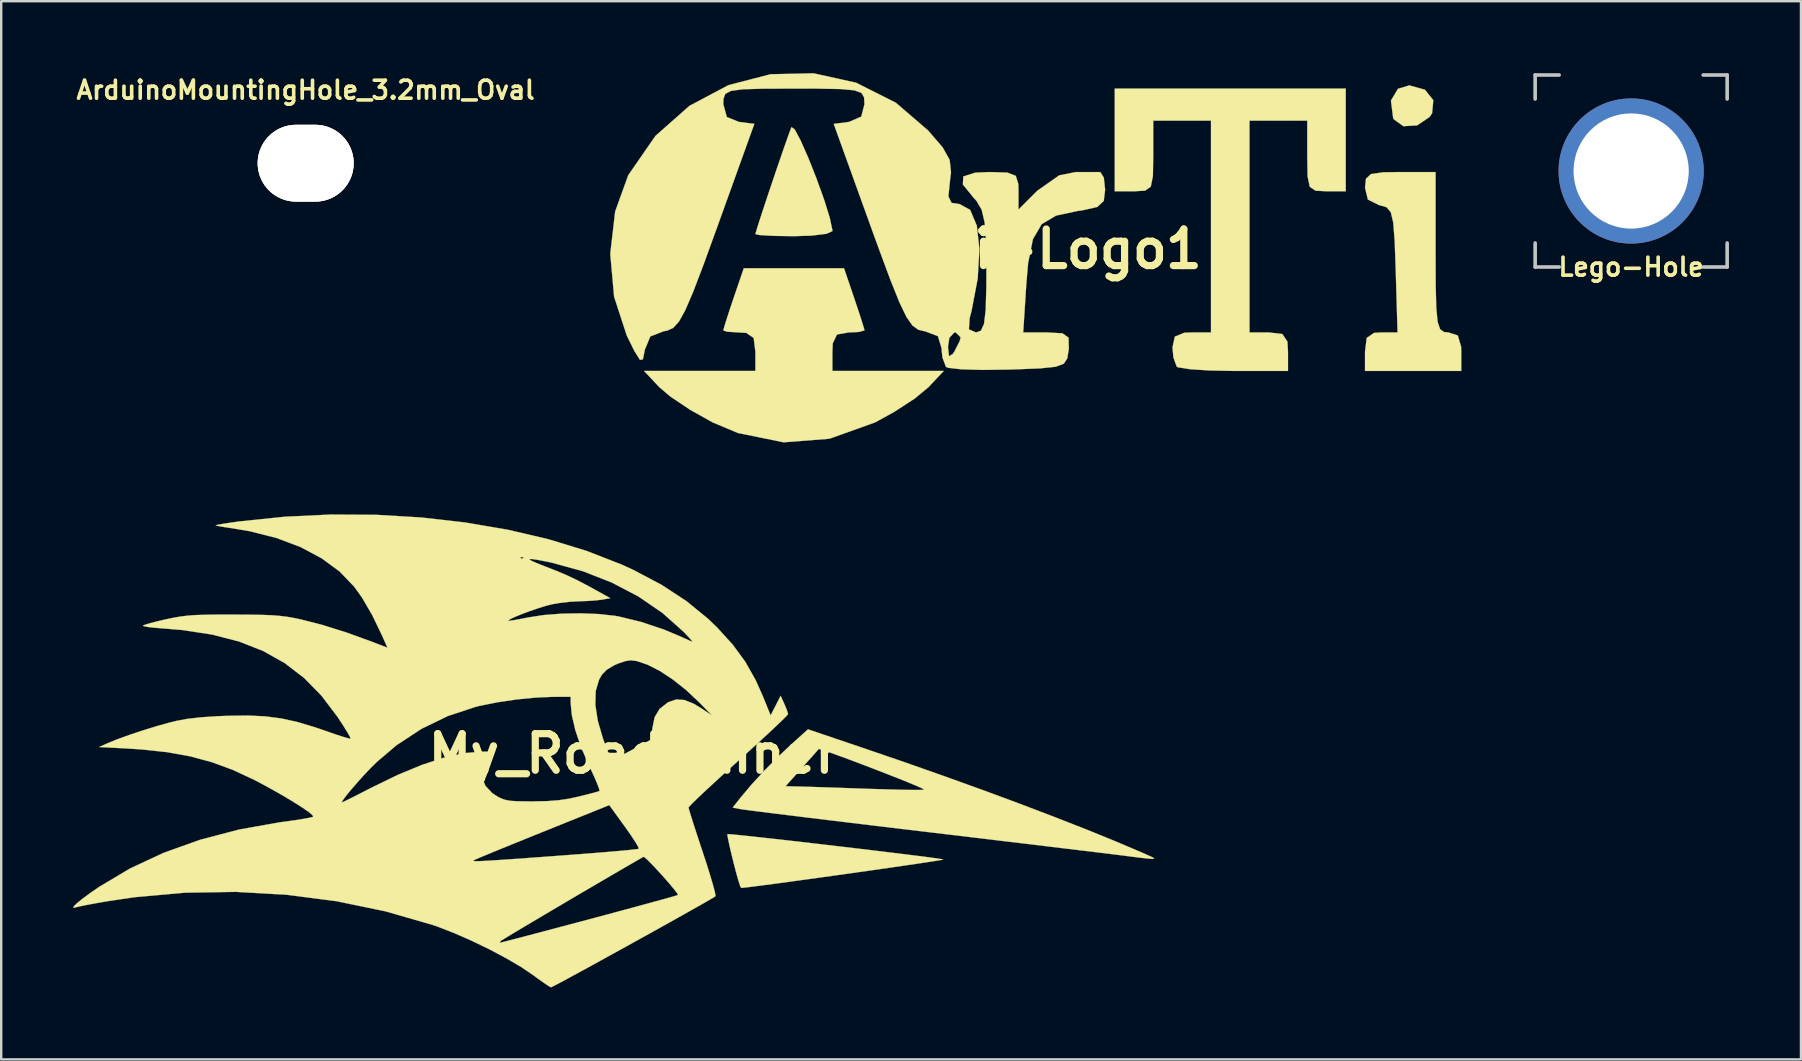
<source format=kicad_pcb>
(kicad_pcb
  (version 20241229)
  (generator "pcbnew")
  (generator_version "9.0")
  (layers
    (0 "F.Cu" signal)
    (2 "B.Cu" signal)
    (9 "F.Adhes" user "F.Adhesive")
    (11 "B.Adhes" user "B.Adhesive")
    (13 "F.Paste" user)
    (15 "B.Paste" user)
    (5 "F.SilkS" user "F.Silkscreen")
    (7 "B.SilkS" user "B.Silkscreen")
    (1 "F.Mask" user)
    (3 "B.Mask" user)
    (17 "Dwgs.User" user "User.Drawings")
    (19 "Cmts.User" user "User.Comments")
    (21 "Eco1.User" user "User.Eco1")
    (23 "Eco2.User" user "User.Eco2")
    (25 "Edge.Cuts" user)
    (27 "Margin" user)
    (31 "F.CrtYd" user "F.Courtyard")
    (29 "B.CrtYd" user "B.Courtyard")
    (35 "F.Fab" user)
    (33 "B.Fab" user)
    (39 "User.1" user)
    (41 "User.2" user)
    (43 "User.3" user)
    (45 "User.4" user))
  (footprint "My_Roadrunner"
    (layer "F.Cu")
    (at 23.353 28.354)
    (property "Reference" "My_Roadrunner" (at 0 0 0) (layer "F.SilkS") (effects (font (size 1.524 1.524) (thickness 0.3))))
    (attr through_hole)
    (fp_poly (pts (xy 3.994 3.354) (xy 4.232 3.375) (xy 4.6 3.412) (xy 5.08 3.464) (xy 5.652 3.527) (xy 6.298 3.599) (xy 6.998 3.679) (xy 7.734 3.764) (xy 8.487 3.853) (xy 9.238 3.941) (xy 9.968 4.028) (xy 10.658 4.112) (xy 11.289 4.189) (xy 11.842 4.258) (xy 12.299 4.317) (xy 12.64 4.363) (xy 12.847 4.395) (xy 12.903 4.407) (xy 12.829 4.425) (xy 12.606 4.462) (xy 12.253 4.517) (xy 11.791 4.586) (xy 11.237 4.667) (xy 10.612 4.758) (xy 9.934 4.855) (xy 9.223 4.956) (xy 8.497 5.058) (xy 7.777 5.158) (xy 7.081 5.254) (xy 6.428 5.344) (xy 5.838 5.423) (xy 5.329 5.49) (xy 4.922 5.543) (xy 4.635 5.577) (xy 4.488 5.591) (xy 4.476 5.591) (xy 4.437 5.513) (xy 4.368 5.3) (xy 4.277 4.982) (xy 4.175 4.591) (xy 4.148 4.484) (xy 4.049 4.077) (xy 3.971 3.733) (xy 3.92 3.483) (xy 3.903 3.359) (xy 3.905 3.351) (xy 3.994 3.354)) (stroke (width 0.01) (type solid)) (fill yes) (layer "F.SilkS"))
    (fp_poly (pts (xy 9.536 -0.246) (xy 11.235 0.336) (xy 12.897 0.921) (xy 14.505 1.5) (xy 16.041 2.068) (xy 17.489 2.619) (xy 18.832 3.145) (xy 20.053 3.641) (xy 21.134 4.1) (xy 21.505 4.264) (xy 21.638 4.327) (xy 21.688 4.367) (xy 21.637 4.383) (xy 21.472 4.374) (xy 21.175 4.342) (xy 20.731 4.286) (xy 20.574 4.266) (xy 20.356 4.238) (xy 19.984 4.192) (xy 19.472 4.13) (xy 18.834 4.052) (xy 18.083 3.962) (xy 17.233 3.86) (xy 16.299 3.747) (xy 15.295 3.627) (xy 14.234 3.5) (xy 13.13 3.368) (xy 12.234 3.262) (xy 11.122 3.129) (xy 10.053 3.001) (xy 9.039 2.879) (xy 8.093 2.764) (xy 7.229 2.659) (xy 6.458 2.564) (xy 5.793 2.482) (xy 5.247 2.414) (xy 4.833 2.361) (xy 4.563 2.325) (xy 4.455 2.309) (xy 4.126 2.244) (xy 4.48 1.796) (xy 4.853 1.355) (xy 6.329 1.355) (xy 6.826 1.366) (xy 7.07 1.373) (xy 7.446 1.384) (xy 7.918 1.399) (xy 8.447 1.417) (xy 8.975 1.435) (xy 9.869 1.466) (xy 10.602 1.488) (xy 11.18 1.503) (xy 11.612 1.51) (xy 11.904 1.51) (xy 12.064 1.503) (xy 12.1 1.489) (xy 11.998 1.434) (xy 11.767 1.332) (xy 11.43 1.193) (xy 11.013 1.025) (xy 10.541 0.839) (xy 10.037 0.644) (xy 9.527 0.449) (xy 9.036 0.263) (xy 8.587 0.097) (xy 8.206 -0.04) (xy 7.917 -0.14) (xy 7.746 -0.191) (xy 7.709 -0.195) (xy 7.633 -0.108) (xy 7.469 0.077) (xy 7.241 0.333) (xy 6.991 0.614) (xy 6.329 1.355) (xy 4.853 1.355) (xy 4.922 1.273) (xy 5.456 0.694) (xy 6.04 0.106) (xy 6.606 -0.425) (xy 7.262 -1.016) (xy 9.536 -0.246)) (stroke (width 0.01) (type solid)) (fill yes) (layer "F.SilkS"))
    (fp_poly (pts (xy -10.728 -9.954) (xy -8.855 -9.843) (xy -7.023 -9.635) (xy -5.254 -9.334) (xy -3.565 -8.94) (xy -1.978 -8.456) (xy -0.511 -7.885) (xy -0.014 -7.658) (xy 1.161 -7.037) (xy 2.192 -6.363) (xy 3.102 -5.62) (xy 3.475 -5.261) (xy 4.124 -4.548) (xy 4.648 -3.834) (xy 5.083 -3.064) (xy 5.386 -2.386) (xy 5.706 -1.598) (xy 5.915 -2.005) (xy 6.123 -2.413) (xy 6.277 -2.074) (xy 6.372 -1.848) (xy 6.426 -1.683) (xy 6.432 -1.651) (xy 6.371 -1.576) (xy 6.199 -1.403) (xy 5.93 -1.145) (xy 5.578 -0.816) (xy 5.159 -0.43) (xy 4.688 -0.001) (xy 4.36 0.294) (xy 3.862 0.743) (xy 3.407 1.159) (xy 3.009 1.527) (xy 2.684 1.833) (xy 2.447 2.064) (xy 2.312 2.206) (xy 2.286 2.243) (xy 2.312 2.347) (xy 2.384 2.586) (xy 2.495 2.937) (xy 2.637 3.375) (xy 2.802 3.876) (xy 2.878 4.105) (xy 3.048 4.623) (xy 3.192 5.087) (xy 3.306 5.473) (xy 3.381 5.757) (xy 3.41 5.915) (xy 3.407 5.939) (xy 3.318 5.997) (xy 3.099 6.124) (xy 2.77 6.313) (xy 2.347 6.551) (xy 1.849 6.831) (xy 1.295 7.141) (xy 0.701 7.471) (xy 0.086 7.812) (xy -0.532 8.154) (xy -1.135 8.486) (xy -1.705 8.8) (xy -2.224 9.084) (xy -2.674 9.328) (xy -3.037 9.524) (xy -3.295 9.66) (xy -3.43 9.728) (xy -3.445 9.733) (xy -3.538 9.684) (xy -3.733 9.554) (xy -3.998 9.366) (xy -4.191 9.224) (xy -4.688 8.888) (xy -5.306 8.525) (xy -6.004 8.154) (xy -6.596 7.868) (xy -5.58 7.868) (xy -5.562 7.874) (xy -5.471 7.853) (xy -5.232 7.792) (xy -4.864 7.697) (xy -4.382 7.57) (xy -3.803 7.418) (xy -3.145 7.243) (xy -2.423 7.052) (xy -1.846 6.898) (xy -1.088 6.695) (xy -0.382 6.505) (xy 0.256 6.332) (xy 0.809 6.181) (xy 1.261 6.057) (xy 1.595 5.963) (xy 1.795 5.905) (xy 1.846 5.887) (xy 1.81 5.812) (xy 1.682 5.645) (xy 1.489 5.414) (xy 1.257 5.148) (xy 1.01 4.876) (xy 0.777 4.627) (xy 0.582 4.43) (xy 0.452 4.314) (xy 0.415 4.296) (xy 0.326 4.343) (xy 0.111 4.465) (xy -0.211 4.651) (xy -0.622 4.89) (xy -1.103 5.17) (xy -1.634 5.481) (xy -2.196 5.811) (xy -2.77 6.149) (xy -3.337 6.484) (xy -3.879 6.804) (xy -4.375 7.099) (xy -4.808 7.356) (xy -5.157 7.566) (xy -5.404 7.716) (xy -5.53 7.795) (xy -5.541 7.803) (xy -5.58 7.868) (xy -6.596 7.868) (xy -6.741 7.797) (xy -7.476 7.475) (xy -8.167 7.206) (xy -8.382 7.132) (xy -10.352 6.565) (xy -12.388 6.145) (xy -14.469 5.876) (xy -16.576 5.757) (xy -18.691 5.791) (xy -20.793 5.979) (xy -21.886 6.14) (xy -22.328 6.216) (xy -22.72 6.288) (xy -23.027 6.349) (xy -23.214 6.392) (xy -23.241 6.401) (xy -23.348 6.421) (xy -23.327 6.358) (xy -23.191 6.225) (xy -22.952 6.032) (xy -22.623 5.791) (xy -22.277 5.552) (xy -20.992 4.786) (xy -20.296 4.461) (xy -6.681 4.461) (xy -6.653 4.472) (xy -6.578 4.478) (xy -6.439 4.476) (xy -6.225 4.467) (xy -5.919 4.449) (xy -5.509 4.423) (xy -4.979 4.386) (xy -4.317 4.339) (xy -3.506 4.28) (xy -3.029 4.245) (xy -2.31 4.191) (xy -1.646 4.139) (xy -1.054 4.09) (xy -0.553 4.047) (xy -0.163 4.01) (xy 0.099 3.981) (xy 0.213 3.963) (xy 0.216 3.961) (xy 0.188 3.878) (xy 0.075 3.686) (xy -0.104 3.413) (xy -0.333 3.086) (xy -0.376 3.026) (xy -1.017 2.142) (xy -3.824 3.272) (xy -4.473 3.534) (xy -5.072 3.777) (xy -5.601 3.993) (xy -6.044 4.175) (xy -6.383 4.316) (xy -6.599 4.409) (xy -6.674 4.445) (xy -6.681 4.461) (xy -20.296 4.461) (xy -19.585 4.13) (xy -18.068 3.587) (xy -16.45 3.162) (xy -14.741 2.857) (xy -14.52 2.828) (xy -14.105 2.77) (xy -13.75 2.714) (xy -13.49 2.665) (xy -13.358 2.629) (xy -13.351 2.625) (xy -13.387 2.556) (xy -13.55 2.421) (xy -13.821 2.234) (xy -14.161 2.018) (xy -12.163 2.018) (xy -12.157 2.032) (xy -12.072 1.995) (xy -11.864 1.893) (xy -11.558 1.739) (xy -11.179 1.546) (xy -10.906 1.405) (xy -9.816 0.876) (xy -8.807 0.46) (xy -7.889 0.16) (xy -7.07 -0.023) (xy -6.358 -0.085) (xy -5.932 -0.085) (xy -6.141 0.223) (xy -6.312 0.604) (xy -6.322 0.984) (xy -6.177 1.339) (xy -5.885 1.648) (xy -5.655 1.796) (xy -5.487 1.877) (xy -5.318 1.931) (xy -5.109 1.965) (xy -4.823 1.981) (xy -4.423 1.986) (xy -4.191 1.986) (xy -3.611 1.975) (xy -3.136 1.94) (xy -2.704 1.876) (xy -2.286 1.785) (xy -1.937 1.698) (xy -1.651 1.623) (xy -1.468 1.571) (xy -1.424 1.554) (xy -1.437 1.47) (xy -1.514 1.263) (xy -1.642 0.962) (xy -1.811 0.595) (xy -1.863 0.485) (xy -2.189 -0.265) (xy -2.43 -0.974) (xy -2.578 -1.611) (xy -2.618 -2.04) (xy -1.598 -2.04) (xy -1.495 -1.368) (xy -1.273 -0.609) (xy -1.063 -0.064) (xy -0.969 0.135) (xy -0.896 0.246) (xy -0.882 0.254) (xy -0.793 0.216) (xy -0.588 0.114) (xy -0.301 -0.036) (xy -0.047 -0.171) (xy 0.741 -0.596) (xy 0.78 -1.064) (xy 0.873 -1.52) (xy 1.078 -1.866) (xy 1.415 -2.13) (xy 1.45 -2.15) (xy 1.77 -2.259) (xy 2.115 -2.237) (xy 2.509 -2.079) (xy 2.811 -1.896) (xy 3.26 -1.597) (xy 2.709 -2.16) (xy 2.181 -2.656) (xy 1.634 -3.09) (xy 1.093 -3.446) (xy 0.583 -3.707) (xy 0.132 -3.86) (xy -0.132 -3.893) (xy -0.354 -3.856) (xy -0.643 -3.759) (xy -0.825 -3.678) (xy -1.125 -3.499) (xy -1.323 -3.293) (xy -1.445 -3.079) (xy -1.582 -2.613) (xy -1.598 -2.04) (xy -2.618 -2.04) (xy -2.625 -2.113) (xy -2.625 -2.371) (xy -3.365 -2.369) (xy -4.081 -2.339) (xy -4.88 -2.26) (xy -5.689 -2.14) (xy -6.432 -1.99) (xy -6.579 -1.954) (xy -7.74 -1.571) (xy -8.848 -1.033) (xy -9.885 -0.351) (xy -10.706 0.346) (xy -10.952 0.59) (xy -11.222 0.874) (xy -11.493 1.174) (xy -11.744 1.463) (xy -11.954 1.716) (xy -12.101 1.91) (xy -12.163 2.018) (xy -14.161 2.018) (xy -14.176 2.008) (xy -14.595 1.757) (xy -15.057 1.494) (xy -15.538 1.232) (xy -15.826 1.082) (xy -16.699 0.675) (xy -17.568 0.355) (xy -18.47 0.111) (xy -19.441 -0.064) (xy -20.519 -0.179) (xy -21.149 -0.22) (xy -22.274 -0.278) (xy -21.919 -0.437) (xy -21.514 -0.602) (xy -20.999 -0.788) (xy -20.425 -0.979) (xy -19.848 -1.156) (xy -19.319 -1.303) (xy -19.079 -1.362) (xy -18.596 -1.452) (xy -18.018 -1.518) (xy -17.317 -1.564) (xy -16.891 -1.58) (xy -16.065 -1.59) (xy -15.347 -1.556) (xy -14.682 -1.469) (xy -14.014 -1.322) (xy -13.289 -1.105) (xy -12.778 -0.929) (xy -12.407 -0.8) (xy -12.097 -0.7) (xy -11.881 -0.638) (xy -11.792 -0.626) (xy -11.792 -0.626) (xy -11.822 -0.706) (xy -11.932 -0.898) (xy -12.103 -1.173) (xy -12.32 -1.505) (xy -12.344 -1.54) (xy -13.003 -2.411) (xy -13.73 -3.154) (xy -14.537 -3.774) (xy -15.436 -4.279) (xy -16.437 -4.673) (xy -17.552 -4.962) (xy -18.793 -5.152) (xy -19.619 -5.221) (xy -19.973 -5.249) (xy -20.25 -5.281) (xy -20.415 -5.314) (xy -20.446 -5.335) (xy -20.353 -5.377) (xy -20.13 -5.443) (xy -19.811 -5.525) (xy -19.497 -5.598) (xy -19.176 -5.665) (xy -18.884 -5.716) (xy -18.589 -5.752) (xy -18.259 -5.776) (xy -17.859 -5.789) (xy -17.358 -5.796) (xy -16.722 -5.796) (xy -16.679 -5.796) (xy -16.023 -5.793) (xy -15.504 -5.785) (xy -15.088 -5.769) (xy -14.744 -5.743) (xy -14.437 -5.705) (xy -14.136 -5.652) (xy -13.897 -5.602) (xy -12.995 -5.373) (xy -11.983 -5.056) (xy -10.889 -4.66) (xy -10.824 -4.634) (xy -10.26 -4.416) (xy -10.471 -4.896) (xy -10.785 -5.548) (xy -5.23 -5.548) (xy -5.229 -5.539) (xy -5.139 -5.543) (xy -4.921 -5.576) (xy -4.612 -5.634) (xy -4.399 -5.677) (xy -3.752 -5.777) (xy -3.006 -5.835) (xy -2.223 -5.849) (xy -1.463 -5.82) (xy -0.788 -5.746) (xy -0.614 -5.716) (xy 0.309 -5.491) (xy 1.246 -5.179) (xy 1.892 -4.909) (xy 2.16 -4.788) (xy 2.361 -4.699) (xy 2.452 -4.663) (xy 2.452 -4.663) (xy 2.418 -4.715) (xy 2.29 -4.857) (xy 2.097 -5.061) (xy 2.071 -5.087) (xy 1.199 -5.865) (xy 0.197 -6.551) (xy -0.917 -7.134) (xy -2.124 -7.606) (xy -3.408 -7.958) (xy -3.574 -7.994) (xy -3.996 -8.076) (xy -4.255 -8.114) (xy -4.351 -8.106) (xy -4.287 -8.052) (xy -4.061 -7.949) (xy -3.683 -7.8) (xy -3.184 -7.604) (xy -2.764 -7.426) (xy -2.364 -7.235) (xy -1.925 -7.006) (xy -1.524 -6.786) (xy -0.974 -6.48) (xy -1.312 -6.42) (xy -1.578 -6.388) (xy -1.93 -6.363) (xy -2.244 -6.353) (xy -2.66 -6.33) (xy -3.112 -6.278) (xy -3.398 -6.228) (xy -3.659 -6.161) (xy -3.978 -6.062) (xy -4.321 -5.944) (xy -4.653 -5.821) (xy -4.938 -5.705) (xy -5.142 -5.609) (xy -5.23 -5.548) (xy -10.785 -5.548) (xy -10.89 -5.767) (xy -11.315 -6.498) (xy -11.645 -6.959) (xy -12.252 -7.591) (xy -13.001 -8.142) (xy -13.08 -8.184) (xy -4.713 -8.184) (xy -4.701 -8.134) (xy -4.657 -8.128) (xy -4.587 -8.159) (xy -4.6 -8.184) (xy -4.701 -8.195) (xy -4.713 -8.184) (xy -13.08 -8.184) (xy -13.88 -8.61) (xy -14.879 -8.987) (xy -15.987 -9.268) (xy -16.722 -9.393) (xy -17.037 -9.439) (xy -17.28 -9.481) (xy -17.407 -9.51) (xy -17.417 -9.514) (xy -17.35 -9.536) (xy -17.145 -9.573) (xy -16.834 -9.621) (xy -16.448 -9.676) (xy -16.406 -9.681) (xy -14.524 -9.875) (xy -12.624 -9.965) (xy -10.728 -9.954)) (stroke (width 0.01) (type solid)) (fill yes) (layer "F.SilkS")))
  (footprint "Lego-Hole"
    (layer "F.Cu")
    (at 64.914 4.075)
    (property "Reference" "Lego-Hole" (at 0 4 0) (layer "F.SilkS") (effects (font (size 0.75 0.75) (thickness 0.15))))
    (attr through_hole)
    (fp_line (start -4 -4) (end -3 -4) (stroke (width 0.15) (type solid)) (layer "Dwgs.User"))
    (fp_line (start -4 -3) (end -4 -4) (stroke (width 0.15) (type solid)) (layer "Dwgs.User"))
    (fp_line (start -4 3) (end -4 4) (stroke (width 0.15) (type solid)) (layer "Dwgs.User"))
    (fp_line (start -4 4) (end -3 4) (stroke (width 0.15) (type solid)) (layer "Dwgs.User"))
    (fp_line (start 3 4) (end 4 4) (stroke (width 0.15) (type solid)) (layer "Dwgs.User"))
    (fp_line (start 4 -4) (end 3 -4) (stroke (width 0.15) (type solid)) (layer "Dwgs.User"))
    (fp_line (start 4 -3) (end 4 -4) (stroke (width 0.15) (type solid)) (layer "Dwgs.User"))
    (fp_line (start 4 4) (end 4 3) (stroke (width 0.15) (type solid)) (layer "Dwgs.User"))
    (pad "" np_thru_hole circle (at 0 0) (size 6.05 6.05) (drill 4.8) (layers "*.Cu" "*.Mask")))
  (footprint "ArduinoMountingHole_3.2mm_Oval"
    (layer "F.Cu")
    (at 9.686 3.75)
    (property "Reference" "ArduinoMountingHole_3.2mm_Oval" (at 0 -3.048 0) (layer "F.SilkS") (effects (font (size 0.75 0.75) (thickness 0.15))))
    (attr through_hole)
    (fp_line (start -1.27 -1.27) (end 1.27 1.27) (stroke (width 0.01) (type solid)) (layer "Dwgs.User"))
    (fp_line (start 1.27 -1.27) (end -1.27 1.27) (stroke (width 0.01) (type solid)) (layer "Dwgs.User"))
    (pad "" np_thru_hole oval (at 0 0) (size 4 3.2) (drill oval 4 3.2) (layers "*.Cu" "*.SilkS" "*.Mask")))
  (footprint "Arti-Logo1"
    (layer "F.Cu")
    (at 40.723 7.326)
    (property "Reference" "Arti-Logo1" (at 0 0 0) (layer "F.SilkS") (effects (font (size 1.524 1.524) (thickness 0.3))))
    (attr through_hole)
    (fp_poly (pts (xy 15.598 -6.638) (xy 15.947 -6.202) (xy 15.898 -5.661) (xy 15.793 -5.503) (xy 15.273 -5.152) (xy 14.701 -5.118) (xy 14.3 -5.406) (xy 14.273 -5.465) (xy 14.182 -6.186) (xy 14.474 -6.677) (xy 14.947 -6.818) (xy 15.598 -6.638)) (stroke (width 0.01) (type solid)) (fill yes) (layer "F.SilkS"))
    (fp_poly (pts (xy -10.663 -4.989) (xy -10.411 -4.516) (xy -10.089 -3.786) (xy -9.747 -2.924) (xy -9.434 -2.054) (xy -9.2 -1.303) (xy -9.093 -0.795) (xy -9.091 -0.747) (xy -9.333 -0.635) (xy -9.965 -0.558) (xy -10.695 -0.535) (xy -11.541 -0.548) (xy -12.122 -0.582) (xy -12.299 -0.622) (xy -12.219 -0.899) (xy -12.013 -1.539) (xy -11.728 -2.396) (xy -11.413 -3.329) (xy -11.116 -4.193) (xy -10.885 -4.844) (xy -10.796 -5.08) (xy -10.663 -4.989)) (stroke (width 0.01) (type solid)) (fill yes) (layer "F.SilkS"))
    (fp_poly (pts (xy 16.042 0.134) (xy 16.047 1.521) (xy 16.071 2.46) (xy 16.128 3.038) (xy 16.231 3.342) (xy 16.396 3.459) (xy 16.577 3.476) (xy 16.968 3.602) (xy 17.106 4.071) (xy 17.112 4.278) (xy 17.112 5.08) (xy 13.101 5.08) (xy 13.101 4.278) (xy 13.172 3.705) (xy 13.478 3.495) (xy 13.779 3.476) (xy 14.457 3.476) (xy 14.381 0.869) (xy 14.338 -0.33) (xy 14.279 -1.096) (xy 14.177 -1.532) (xy 14.006 -1.738) (xy 13.741 -1.818) (xy 13.703 -1.823) (xy 13.221 -2.061) (xy 13.101 -2.559) (xy 13.142 -2.931) (xy 13.351 -3.125) (xy 13.86 -3.198) (xy 14.572 -3.208) (xy 16.042 -3.208) (xy 16.042 0.134)) (stroke (width 0.01) (type solid)) (fill yes) (layer "F.SilkS"))
    (fp_poly (pts (xy -8.18 2.053) (xy -7.934 2.79) (xy -7.78 3.283) (xy -7.754 3.39) (xy -7.983 3.455) (xy -8.422 3.476) (xy -8.9 3.562) (xy -9.075 3.929) (xy -9.091 4.278) (xy -9.091 5.08) (xy -4.452 5.08) (xy -5.084 5.753) (xy -5.662 6.231) (xy -6.523 6.791) (xy -7.313 7.224) (xy -9.216 7.905) (xy -11.123 8.053) (xy -13.029 7.665) (xy -14.077 7.224) (xy -15.018 6.699) (xy -15.847 6.143) (xy -16.305 5.753) (xy -16.937 5.08) (xy -12.299 5.08) (xy -12.299 4.278) (xy -12.371 3.705) (xy -12.677 3.495) (xy -12.967 3.476) (xy -13.47 3.446) (xy -13.636 3.39) (xy -13.557 3.109) (xy -13.357 2.49) (xy -13.21 2.053) (xy -12.783 0.802) (xy -8.606 0.802) (xy -8.18 2.053)) (stroke (width 0.01) (type solid)) (fill yes) (layer "F.SilkS"))
    (fp_poly (pts (xy 12.299 -2.406) (xy 11.497 -2.406) (xy 11.038 -2.431) (xy 10.8 -2.593) (xy 10.709 -3.023) (xy 10.695 -3.854) (xy 10.695 -3.877) (xy 10.695 -5.347) (xy 8.288 -5.347) (xy 8.288 3.476) (xy 9.091 3.476) (xy 9.659 3.542) (xy 9.868 3.855) (xy 9.893 4.278) (xy 9.893 5.08) (xy 7.665 5.08) (xy 6.62 5.06) (xy 5.791 5.006) (xy 5.314 4.93) (xy 5.258 4.902) (xy 5.118 4.519) (xy 5.08 4.1) (xy 5.176 3.651) (xy 5.57 3.488) (xy 5.882 3.476) (xy 6.684 3.476) (xy 6.684 -5.347) (xy 4.278 -5.347) (xy 4.278 -3.877) (xy 4.264 -3.036) (xy 4.176 -2.599) (xy 3.941 -2.433) (xy 3.488 -2.406) (xy 3.476 -2.406) (xy 2.674 -2.406) (xy 2.674 -6.684) (xy 12.299 -6.684) (xy 12.299 -2.406)) (stroke (width 0.01) (type solid)) (fill yes) (layer "F.SilkS"))
    (fp_poly (pts (xy -8.103 -6.93) (xy -6.448 -6.097) (xy -5.1 -4.937) (xy -4.494 -4.233) (xy -4.203 -3.711) (xy -4.148 -3.192) (xy -4.193 -2.828) (xy -4.257 -2.192) (xy -4.126 -1.923) (xy -3.79 -1.872) (xy -3.35 -1.631) (xy -3.072 -0.971) (xy -2.965 0.015) (xy -3.036 1.234) (xy -3.295 2.593) (xy -3.37 2.874) (xy -3.403 3.346) (xy -3.106 3.476) (xy -2.902 3.403) (xy -2.773 3.123) (xy -2.703 2.541) (xy -2.676 1.563) (xy -2.674 0.936) (xy -2.689 -0.294) (xy -2.748 -1.112) (xy -2.872 -1.641) (xy -3.084 -2.003) (xy -3.208 -2.139) (xy -3.653 -2.688) (xy -3.637 -3.023) (xy -3.136 -3.182) (xy -2.54 -3.208) (xy -1.8 -3.185) (xy -1.449 -3.05) (xy -1.343 -2.711) (xy -1.337 -2.427) (xy -1.337 -1.645) (xy -0.555 -2.427) (xy 0.358 -3.069) (xy 1.049 -3.208) (xy 2.072 -3.208) (xy 2.218 -2.977) (xy 2.273 -2.473) (xy 2.216 -2.003) (xy 1.95 -1.754) (xy 1.328 -1.613) (xy 1.127 -1.585) (xy 0.225 -1.392) (xy -0.372 -1.034) (xy -0.735 -0.41) (xy -0.935 0.582) (xy -1.01 1.452) (xy -1.14 3.476) (xy -0.151 3.476) (xy 0.495 3.511) (xy 0.751 3.694) (xy 0.761 4.143) (xy 0.753 4.211) (xy 0.696 4.559) (xy 0.551 4.779) (xy 0.213 4.905) (xy -0.425 4.972) (xy -1.469 5.014) (xy -1.751 5.022) (xy -2.841 5.037) (xy -3.721 5.011) (xy -4.26 4.95) (xy -4.358 4.911) (xy -4.507 4.519) (xy -4.545 4.117) (xy -4.558 4.077) (xy -4.274 4.077) (xy -4.232 4.468) (xy -4.074 4.372) (xy -4.011 4.278) (xy -3.784 3.83) (xy -3.747 3.676) (xy -3.948 3.481) (xy -4.011 3.476) (xy -4.218 3.702) (xy -4.274 4.077) (xy -4.558 4.077) (xy -4.694 3.63) (xy -5.225 3.429) (xy -5.246 3.427) (xy -5.515 3.361) (xy -5.755 3.187) (xy -6.003 2.833) (xy -6.295 2.228) (xy -6.668 1.301) (xy -7.159 -0.022) (xy -7.491 -0.936) (xy -9.035 -5.214) (xy -8.394 -5.298) (xy -7.887 -5.517) (xy -7.754 -6.034) (xy -7.77 -6.318) (xy -7.879 -6.504) (xy -8.176 -6.613) (xy -8.752 -6.666) (xy -9.701 -6.683) (xy -10.695 -6.684) (xy -11.979 -6.681) (xy -12.821 -6.656) (xy -13.315 -6.591) (xy -13.553 -6.463) (xy -13.629 -6.253) (xy -13.636 -6.034) (xy -13.488 -5.5) (xy -12.989 -5.298) (xy -12.343 -5.214) (xy -13.883 -0.936) (xy -14.453 0.633) (xy -14.885 1.768) (xy -15.216 2.54) (xy -15.483 3.022) (xy -15.722 3.285) (xy -15.971 3.4) (xy -16.117 3.425) (xy -16.678 3.642) (xy -16.909 4.207) (xy -16.911 4.227) (xy -16.986 4.595) (xy -17.107 4.621) (xy -17.337 4.255) (xy -17.657 3.609) (xy -18.186 1.988) (xy -18.346 0.2) (xy -18.141 -1.567) (xy -17.597 -3.075) (xy -16.465 -4.712) (xy -15.047 -5.966) (xy -13.422 -6.828) (xy -11.669 -7.283) (xy -9.87 -7.321) (xy -8.103 -6.93)) (stroke (width 0.01) (type solid)) (fill yes) (layer "F.SilkS")))
  (gr_rect
    (start -3 -3)
    (end 71.989 41.092)
    (stroke (width 0.1) (type default))
    (fill no)
    (layer "Edge.Cuts")))
</source>
